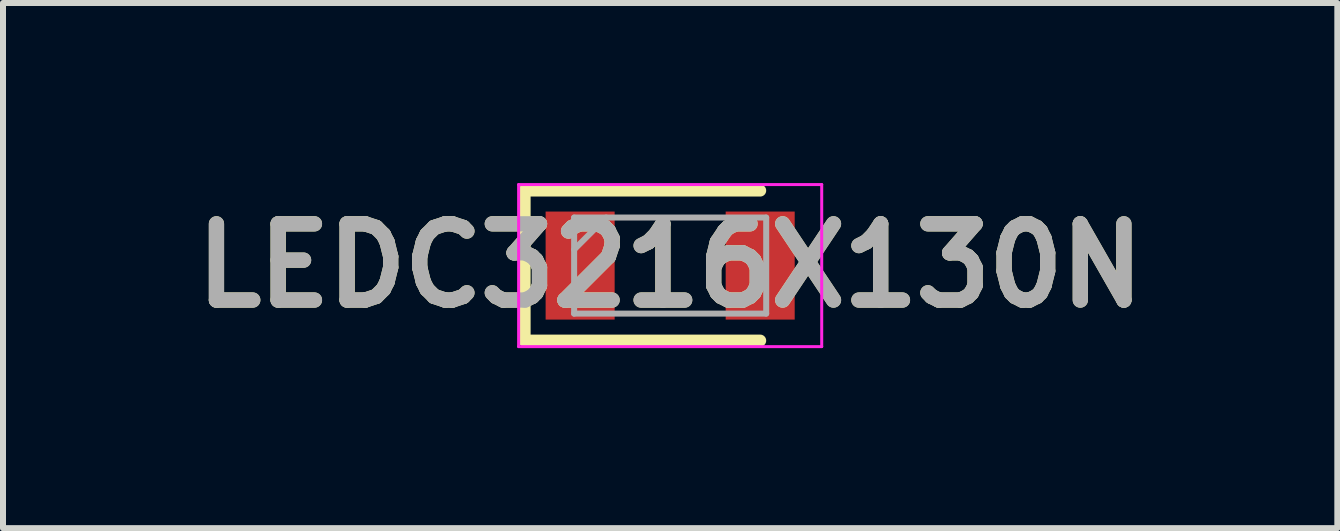
<source format=kicad_pcb>
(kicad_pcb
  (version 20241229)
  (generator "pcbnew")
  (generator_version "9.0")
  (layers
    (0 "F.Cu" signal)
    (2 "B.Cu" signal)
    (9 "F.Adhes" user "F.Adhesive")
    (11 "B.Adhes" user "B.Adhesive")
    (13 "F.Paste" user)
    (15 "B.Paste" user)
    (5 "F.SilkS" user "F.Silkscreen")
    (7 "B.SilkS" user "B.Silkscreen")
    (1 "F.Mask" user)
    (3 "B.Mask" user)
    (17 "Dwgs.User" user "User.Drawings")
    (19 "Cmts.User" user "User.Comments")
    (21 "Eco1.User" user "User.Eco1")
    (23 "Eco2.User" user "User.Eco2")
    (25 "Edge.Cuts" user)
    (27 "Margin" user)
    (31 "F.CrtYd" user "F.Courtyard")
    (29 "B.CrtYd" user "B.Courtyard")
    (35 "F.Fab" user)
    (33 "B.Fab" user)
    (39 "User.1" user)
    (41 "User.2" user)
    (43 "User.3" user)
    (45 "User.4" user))
  (footprint "LEDC3216X130N"
    (layer "F.Cu")
    (at 8.116 1.375)
    (property "Reference" "LEDC3216X130N" (at 0 0 0) (layer "F.SilkS") (effects (font (size 1.27 1.27) (thickness 0.254))))
    (attr smd)
    (fp_line (start -2.425 -1.25) (end -2.425 1.25) (stroke (width 0.2) (type solid)) (layer "F.SilkS"))
    (fp_line (start -2.425 1.25) (end 1.5 1.25) (stroke (width 0.2) (type solid)) (layer "F.SilkS"))
    (fp_line (start 1.5 -1.25) (end -2.425 -1.25) (stroke (width 0.2) (type solid)) (layer "F.SilkS"))
    (fp_line (start -2.525 -1.35) (end 2.525 -1.35) (stroke (width 0.05) (type solid)) (layer "F.CrtYd"))
    (fp_line (start -2.525 1.35) (end -2.525 -1.35) (stroke (width 0.05) (type solid)) (layer "F.CrtYd"))
    (fp_line (start 2.525 -1.35) (end 2.525 1.35) (stroke (width 0.05) (type solid)) (layer "F.CrtYd"))
    (fp_line (start 2.525 1.35) (end -2.525 1.35) (stroke (width 0.05) (type solid)) (layer "F.CrtYd"))
    (fp_line (start -1.6 -0.8) (end 1.6 -0.8) (stroke (width 0.1) (type solid)) (layer "F.Fab"))
    (fp_line (start -1.6 -0.267) (end -1.067 -0.8) (stroke (width 0.1) (type solid)) (layer "F.Fab"))
    (fp_line (start -1.6 0.8) (end -1.6 -0.8) (stroke (width 0.1) (type solid)) (layer "F.Fab"))
    (fp_line (start 1.6 -0.8) (end 1.6 0.8) (stroke (width 0.1) (type solid)) (layer "F.Fab"))
    (fp_line (start 1.6 0.8) (end -1.6 0.8) (stroke (width 0.1) (type solid)) (layer "F.Fab"))
    (fp_text user "${REFERENCE}" (at 0 0 0) (layer "F.Fab") (effects (font (size 1.27 1.27) (thickness 0.254))))
    (pad "1" smd rect (at -1.5 0) (size 1.15 1.8) (layers "F.Cu" "F.Mask" "F.Paste"))
    (pad "2" smd rect (at 1.5 0) (size 1.15 1.8) (layers "F.Cu" "F.Mask" "F.Paste")))
  (gr_rect
    (start -3 -3)
    (end 19.232 5.75)
    (stroke (width 0.1) (type default))
    (fill no)
    (layer "Edge.Cuts")))
</source>
